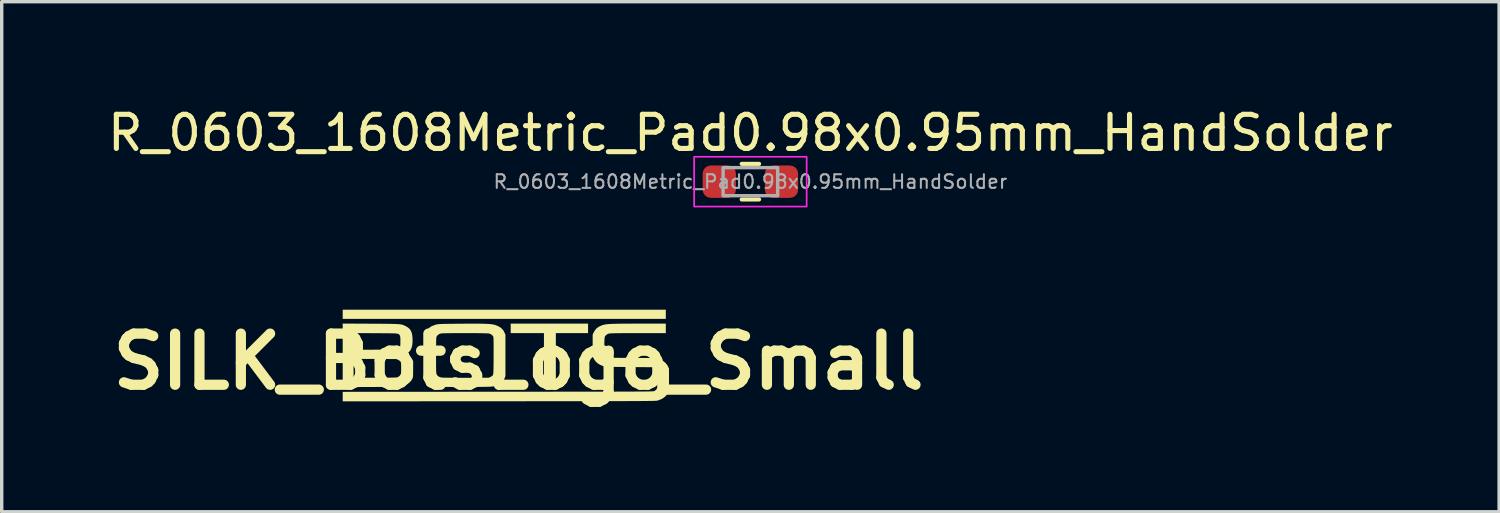
<source format=kicad_pcb>
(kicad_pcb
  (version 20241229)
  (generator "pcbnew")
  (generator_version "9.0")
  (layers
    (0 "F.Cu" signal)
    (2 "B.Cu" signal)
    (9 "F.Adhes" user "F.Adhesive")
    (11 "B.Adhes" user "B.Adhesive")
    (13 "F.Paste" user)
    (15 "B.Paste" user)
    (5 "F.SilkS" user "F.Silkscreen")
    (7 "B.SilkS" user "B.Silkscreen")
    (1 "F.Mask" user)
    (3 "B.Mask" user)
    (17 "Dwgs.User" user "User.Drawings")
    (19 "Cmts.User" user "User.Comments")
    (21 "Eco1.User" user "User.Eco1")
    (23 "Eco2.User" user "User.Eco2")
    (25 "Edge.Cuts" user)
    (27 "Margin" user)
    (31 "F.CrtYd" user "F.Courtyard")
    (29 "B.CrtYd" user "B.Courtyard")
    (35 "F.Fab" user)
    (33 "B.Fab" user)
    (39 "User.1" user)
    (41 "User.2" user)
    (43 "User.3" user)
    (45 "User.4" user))
  (footprint "SILK_BotsLogo_Small"
    (layer "F.Cu")
    (at 12.157 7.556)
    (property "Reference" "SILK_BotsLogo_Small" (at 0 0 0) (layer "F.SilkS") (effects (font (size 1.5 1.5) (thickness 0.3))))
    (attr board_only exclude_from_pos_files exclude_from_bom)
    (fp_poly (pts (xy 4.32 -1.388) (xy 4.32 -1.254) (xy -0.418 -1.254) (xy -5.156 -1.254) (xy -5.156 -1.388) (xy -5.156 -1.523) (xy -0.418 -1.523) (xy 4.32 -1.523)) (stroke (width 0) (type solid)) (fill yes) (layer "F.SilkS"))
    (fp_poly (pts (xy 2.04 -0.975) (xy 2.04 -0.836) (xy 1.568 -0.836) (xy 1.095 -0.836) (xy 1.095 -0.045) (xy 1.095 0.746) (xy 0.921 0.746) (xy 0.746 0.746) (xy 0.746 -0.045) (xy 0.746 -0.836) (xy 0.259 -0.836) (xy -0.229 -0.836) (xy -0.229 -0.975) (xy -0.229 -1.115) (xy 0.906 -1.115) (xy 2.04 -1.115)) (stroke (width 0) (type solid)) (fill yes) (layer "F.SilkS"))
    (fp_poly (pts (xy -4.337 -1.112) (xy -4.184 -1.111) (xy -4.049 -1.111) (xy -3.931 -1.11) (xy -3.829 -1.109) (xy -3.742 -1.107) (xy -3.667 -1.106) (xy -3.604 -1.104) (xy -3.551 -1.101) (xy -3.507 -1.098) (xy -3.47 -1.094) (xy -3.439 -1.089) (xy -3.413 -1.083) (xy -3.389 -1.076) (xy -3.368 -1.068) (xy -3.347 -1.059) (xy -3.325 -1.049) (xy -3.308 -1.04) (xy -3.244 -1.003) (xy -3.195 -0.96) (xy -3.158 -0.908) (xy -3.132 -0.845) (xy -3.116 -0.769) (xy -3.108 -0.676) (xy -3.108 -0.676) (xy -3.108 -0.566) (xy -3.118 -0.472) (xy -3.139 -0.395) (xy -3.171 -0.332) (xy -3.213 -0.284) (xy -3.267 -0.249) (xy -3.279 -0.243) (xy -3.319 -0.227) (xy -3.279 -0.211) (xy -3.212 -0.176) (xy -3.157 -0.129) (xy -3.119 -0.072) (xy -3.118 -0.072) (xy -3.09 -0.015) (xy -3.09 0.219) (xy -3.091 0.294) (xy -3.091 0.352) (xy -3.092 0.395) (xy -3.094 0.428) (xy -3.097 0.452) (xy -3.101 0.471) (xy -3.106 0.487) (xy -3.112 0.5) (xy -3.148 0.558) (xy -3.198 0.613) (xy -3.256 0.658) (xy -3.289 0.677) (xy -3.312 0.688) (xy -3.333 0.697) (xy -3.352 0.706) (xy -3.373 0.713) (xy -3.395 0.719) (xy -3.421 0.724) (xy -3.451 0.728) (xy -3.488 0.732) (xy -3.532 0.735) (xy -3.585 0.737) (xy -3.648 0.739) (xy -3.723 0.74) (xy -3.811 0.741) (xy -3.913 0.742) (xy -4.031 0.743) (xy -4.166 0.743) (xy -4.317 0.744) (xy -5.156 0.747) (xy -5.156 0.194) (xy -4.837 0.194) (xy -4.837 0.467) (xy -4.571 0.471) (xy -4.444 0.472) (xy -4.319 0.473) (xy -4.197 0.473) (xy -4.082 0.473) (xy -3.973 0.473) (xy -3.873 0.472) (xy -3.784 0.47) (xy -3.706 0.469) (xy -3.643 0.467) (xy -3.595 0.464) (xy -3.564 0.461) (xy -3.554 0.46) (xy -3.525 0.445) (xy -3.494 0.423) (xy -3.487 0.417) (xy -3.466 0.391) (xy -3.45 0.358) (xy -3.441 0.317) (xy -3.435 0.263) (xy -3.434 0.193) (xy -3.435 0.157) (xy -3.438 0.095) (xy -3.443 0.05) (xy -3.452 0.017) (xy -3.467 -0.008) (xy -3.49 -0.028) (xy -3.522 -0.046) (xy -3.529 -0.05) (xy -3.578 -0.075) (xy -4.208 -0.078) (xy -4.837 -0.08) (xy -4.837 0.194) (xy -5.156 0.194) (xy -5.156 -0.184) (xy -5.156 -0.592) (xy -4.837 -0.592) (xy -4.837 -0.348) (xy -4.208 -0.35) (xy -4.08 -0.351) (xy -3.97 -0.352) (xy -3.877 -0.352) (xy -3.799 -0.353) (xy -3.736 -0.354) (xy -3.684 -0.355) (xy -3.643 -0.356) (xy -3.611 -0.358) (xy -3.587 -0.36) (xy -3.568 -0.363) (xy -3.554 -0.365) (xy -3.544 -0.369) (xy -3.535 -0.372) (xy -3.51 -0.385) (xy -3.491 -0.4) (xy -3.479 -0.42) (xy -3.47 -0.449) (xy -3.466 -0.49) (xy -3.464 -0.545) (xy -3.464 -0.592) (xy -3.464 -0.66) (xy -3.467 -0.711) (xy -3.473 -0.749) (xy -3.484 -0.775) (xy -3.499 -0.794) (xy -3.52 -0.809) (xy -3.531 -0.814) (xy -3.541 -0.818) (xy -3.553 -0.821) (xy -3.569 -0.823) (xy -3.592 -0.825) (xy -3.622 -0.827) (xy -3.661 -0.829) (xy -3.711 -0.83) (xy -3.772 -0.831) (xy -3.848 -0.832) (xy -3.938 -0.832) (xy -4.045 -0.833) (xy -4.17 -0.834) (xy -4.203 -0.834) (xy -4.837 -0.837) (xy -4.837 -0.592) (xy -5.156 -0.592) (xy -5.156 -1.116)) (stroke (width 0) (type solid)) (fill yes) (layer "F.SilkS"))
    (fp_poly (pts (xy -1.257 -1.113) (xy -1.153 -1.113) (xy -1.062 -1.112) (xy -0.985 -1.11) (xy -0.919 -1.107) (xy -0.863 -1.104) (xy -0.815 -1.099) (xy -0.774 -1.094) (xy -0.738 -1.088) (xy -0.707 -1.081) (xy -0.678 -1.072) (xy -0.67 -1.07) (xy -0.589 -1.037) (xy -0.524 -0.997) (xy -0.471 -0.947) (xy -0.429 -0.885) (xy -0.41 -0.848) (xy -0.383 -0.791) (xy -0.383 -0.184) (xy -0.383 0.423) (xy -0.406 0.48) (xy -0.442 0.545) (xy -0.493 0.605) (xy -0.554 0.654) (xy -0.59 0.675) (xy -0.613 0.687) (xy -0.635 0.697) (xy -0.656 0.706) (xy -0.677 0.713) (xy -0.7 0.72) (xy -0.727 0.725) (xy -0.76 0.729) (xy -0.798 0.733) (xy -0.845 0.736) (xy -0.901 0.738) (xy -0.968 0.739) (xy -1.047 0.74) (xy -1.14 0.741) (xy -1.249 0.742) (xy -1.374 0.742) (xy -1.517 0.743) (xy -1.543 0.743) (xy -1.689 0.743) (xy -1.817 0.743) (xy -1.928 0.743) (xy -2.024 0.743) (xy -2.104 0.743) (xy -2.172 0.742) (xy -2.228 0.741) (xy -2.274 0.74) (xy -2.311 0.738) (xy -2.34 0.736) (xy -2.364 0.734) (xy -2.382 0.731) (xy -2.384 0.731) (xy -2.475 0.707) (xy -2.557 0.672) (xy -2.626 0.626) (xy -2.681 0.572) (xy -2.71 0.53) (xy -2.722 0.508) (xy -2.732 0.487) (xy -2.74 0.465) (xy -2.747 0.442) (xy -2.753 0.414) (xy -2.757 0.381) (xy -2.761 0.34) (xy -2.763 0.29) (xy -2.765 0.229) (xy -2.766 0.155) (xy -2.767 0.067) (xy -2.767 -0.037) (xy -2.767 -0.16) (xy -2.767 -0.174) (xy -2.418 -0.174) (xy -2.418 -0.06) (xy -2.418 0.036) (xy -2.418 0.116) (xy -2.417 0.18) (xy -2.416 0.232) (xy -2.415 0.273) (xy -2.413 0.304) (xy -2.411 0.328) (xy -2.409 0.345) (xy -2.406 0.359) (xy -2.402 0.369) (xy -2.4 0.374) (xy -2.371 0.416) (xy -2.327 0.446) (xy -2.268 0.464) (xy -2.247 0.467) (xy -2.227 0.469) (xy -2.188 0.47) (xy -2.133 0.471) (xy -2.064 0.472) (xy -1.982 0.473) (xy -1.889 0.474) (xy -1.788 0.474) (xy -1.68 0.474) (xy -1.567 0.474) (xy -1.528 0.474) (xy -0.871 0.473) (xy -0.822 0.448) (xy -0.803 0.439) (xy -0.786 0.43) (xy -0.773 0.422) (xy -0.762 0.411) (xy -0.753 0.397) (xy -0.746 0.377) (xy -0.74 0.351) (xy -0.736 0.315) (xy -0.734 0.27) (xy -0.732 0.213) (xy -0.731 0.142) (xy -0.73 0.057) (xy -0.729 -0.045) (xy -0.729 -0.166) (xy -0.729 -0.167) (xy -0.728 -0.297) (xy -0.728 -0.407) (xy -0.728 -0.5) (xy -0.729 -0.575) (xy -0.73 -0.635) (xy -0.732 -0.679) (xy -0.734 -0.709) (xy -0.737 -0.726) (xy -0.737 -0.729) (xy -0.763 -0.767) (xy -0.803 -0.8) (xy -0.852 -0.822) (xy -0.866 -0.825) (xy -0.886 -0.827) (xy -0.924 -0.829) (xy -0.978 -0.831) (xy -1.046 -0.832) (xy -1.125 -0.834) (xy -1.213 -0.835) (xy -1.309 -0.836) (xy -1.411 -0.836) (xy -1.515 -0.836) (xy -1.621 -0.836) (xy -1.725 -0.836) (xy -1.827 -0.836) (xy -1.923 -0.835) (xy -2.012 -0.834) (xy -2.092 -0.833) (xy -2.16 -0.832) (xy -2.215 -0.83) (xy -2.255 -0.828) (xy -2.276 -0.826) (xy -2.277 -0.826) (xy -2.327 -0.808) (xy -2.369 -0.778) (xy -2.399 -0.741) (xy -2.408 -0.719) (xy -2.411 -0.699) (xy -2.413 -0.661) (xy -2.415 -0.605) (xy -2.416 -0.532) (xy -2.417 -0.443) (xy -2.418 -0.339) (xy -2.418 -0.221) (xy -2.418 -0.174) (xy -2.767 -0.174) (xy -2.767 -0.176) (xy -2.767 -0.32) (xy -2.766 -0.444) (xy -2.765 -0.548) (xy -2.763 -0.633) (xy -2.761 -0.698) (xy -2.759 -0.743) (xy -2.756 -0.768) (xy -2.756 -0.768) (xy -2.729 -0.853) (xy -2.686 -0.926) (xy -2.626 -0.987) (xy -2.551 -1.037) (xy -2.46 -1.074) (xy -2.399 -1.091) (xy -2.382 -1.094) (xy -2.362 -1.097) (xy -2.338 -1.1) (xy -2.308 -1.102) (xy -2.27 -1.104) (xy -2.224 -1.105) (xy -2.167 -1.107) (xy -2.098 -1.108) (xy -2.015 -1.109) (xy -1.917 -1.11) (xy -1.802 -1.111) (xy -1.669 -1.112) (xy -1.669 -1.112) (xy -1.514 -1.113) (xy -1.377 -1.113)) (stroke (width 0) (type solid)) (fill yes) (layer "F.SilkS"))
    (fp_poly (pts (xy 4.32 -0.975) (xy 4.32 -0.836) (xy 3.514 -0.836) (xy 3.341 -0.836) (xy 3.189 -0.836) (xy 3.055 -0.835) (xy 2.941 -0.834) (xy 2.847 -0.833) (xy 2.771 -0.831) (xy 2.714 -0.829) (xy 2.676 -0.827) (xy 2.658 -0.825) (xy 2.604 -0.805) (xy 2.561 -0.773) (xy 2.532 -0.731) (xy 2.532 -0.73) (xy 2.527 -0.707) (xy 2.523 -0.669) (xy 2.52 -0.618) (xy 2.518 -0.558) (xy 2.517 -0.494) (xy 2.517 -0.428) (xy 2.519 -0.365) (xy 2.521 -0.308) (xy 2.524 -0.261) (xy 2.528 -0.228) (xy 2.532 -0.216) (xy 2.56 -0.173) (xy 2.602 -0.141) (xy 2.656 -0.121) (xy 2.658 -0.12) (xy 2.681 -0.118) (xy 2.723 -0.115) (xy 2.786 -0.114) (xy 2.867 -0.112) (xy 2.968 -0.111) (xy 3.088 -0.11) (xy 3.227 -0.11) (xy 3.323 -0.109) (xy 3.461 -0.109) (xy 3.58 -0.109) (xy 3.683 -0.109) (xy 3.77 -0.107) (xy 3.845 -0.106) (xy 3.907 -0.104) (xy 3.96 -0.101) (xy 4.004 -0.097) (xy 4.042 -0.092) (xy 4.074 -0.086) (xy 4.103 -0.079) (xy 4.13 -0.07) (xy 4.158 -0.061) (xy 4.176 -0.053) (xy 4.247 -0.015) (xy 4.31 0.037) (xy 4.361 0.099) (xy 4.385 0.142) (xy 4.414 0.204) (xy 4.414 0.528) (xy 4.414 0.851) (xy 4.382 0.917) (xy 4.336 0.989) (xy 4.273 1.049) (xy 4.195 1.098) (xy 4.101 1.135) (xy 4.078 1.142) (xy 4.073 1.143) (xy 4.065 1.145) (xy 4.056 1.146) (xy 4.043 1.147) (xy 4.028 1.148) (xy 4.009 1.149) (xy 3.985 1.15) (xy 3.956 1.151) (xy 3.922 1.152) (xy 3.882 1.153) (xy 3.836 1.153) (xy 3.782 1.154) (xy 3.721 1.155) (xy 3.651 1.155) (xy 3.573 1.156) (xy 3.486 1.156) (xy 3.389 1.157) (xy 3.282 1.157) (xy 3.164 1.158) (xy 3.034 1.158) (xy 2.893 1.158) (xy 2.739 1.159) (xy 2.572 1.159) (xy 2.392 1.159) (xy 2.197 1.16) (xy 1.988 1.16) (xy 1.764 1.16) (xy 1.524 1.16) (xy 1.268 1.161) (xy 0.995 1.161) (xy 0.705 1.161) (xy 0.397 1.161) (xy 0.071 1.162) (xy -0.275 1.162) (xy -0.57 1.162) (xy -5.156 1.165) (xy -5.156 1.025) (xy -5.156 0.886) (xy -0.605 0.883) (xy -0.246 0.883) (xy 0.094 0.883) (xy 0.414 0.883) (xy 0.716 0.883) (xy 1.001 0.882) (xy 1.268 0.882) (xy 1.519 0.882) (xy 1.754 0.882) (xy 1.973 0.882) (xy 2.177 0.881) (xy 2.366 0.881) (xy 2.542 0.881) (xy 2.704 0.881) (xy 2.854 0.88) (xy 2.991 0.88) (xy 3.116 0.88) (xy 3.23 0.879) (xy 3.333 0.879) (xy 3.426 0.878) (xy 3.51 0.878) (xy 3.584 0.877) (xy 3.65 0.877) (xy 3.708 0.876) (xy 3.759 0.875) (xy 3.803 0.875) (xy 3.84 0.874) (xy 3.872 0.873) (xy 3.898 0.872) (xy 3.919 0.871) (xy 3.937 0.87) (xy 3.95 0.869) (xy 3.961 0.868) (xy 3.969 0.867) (xy 3.975 0.865) (xy 3.98 0.864) (xy 3.983 0.862) (xy 3.986 0.861) (xy 4.017 0.84) (xy 4.044 0.813) (xy 4.048 0.807) (xy 4.055 0.796) (xy 4.061 0.784) (xy 4.065 0.769) (xy 4.067 0.749) (xy 4.069 0.72) (xy 4.07 0.68) (xy 4.071 0.626) (xy 4.071 0.556) (xy 4.071 0.528) (xy 4.071 0.451) (xy 4.07 0.392) (xy 4.07 0.347) (xy 4.068 0.315) (xy 4.066 0.292) (xy 4.062 0.275) (xy 4.057 0.263) (xy 4.051 0.252) (xy 4.048 0.248) (xy 4.025 0.223) (xy 3.992 0.198) (xy 3.976 0.189) (xy 3.926 0.164) (xy 3.24 0.159) (xy 3.104 0.157) (xy 2.988 0.156) (xy 2.888 0.155) (xy 2.803 0.154) (xy 2.733 0.153) (xy 2.674 0.151) (xy 2.627 0.15) (xy 2.589 0.148) (xy 2.56 0.146) (xy 2.536 0.144) (xy 2.518 0.141) (xy 2.503 0.138) (xy 2.494 0.135) (xy 2.399 0.099) (xy 2.32 0.05) (xy 2.256 -0.012) (xy 2.207 -0.085) (xy 2.201 -0.097) (xy 2.175 -0.154) (xy 2.175 -0.473) (xy 2.175 -0.791) (xy 2.201 -0.848) (xy 2.241 -0.918) (xy 2.288 -0.974) (xy 2.347 -1.018) (xy 2.42 -1.054) (xy 2.461 -1.07) (xy 2.486 -1.077) (xy 2.512 -1.084) (xy 2.541 -1.09) (xy 2.574 -1.095) (xy 2.613 -1.099) (xy 2.659 -1.103) (xy 2.714 -1.106) (xy 2.778 -1.108) (xy 2.853 -1.11) (xy 2.94 -1.112) (xy 3.041 -1.113) (xy 3.157 -1.114) (xy 3.289 -1.114) (xy 3.439 -1.115) (xy 3.546 -1.115) (xy 4.32 -1.115)) (stroke (width 0) (type solid)) (fill yes) (layer "F.SilkS")))
  (footprint "R_0603_1608Metric_Pad0.98x0.95mm_HandSolder"
    (layer "F.Cu")
    (at 18.958 2.278)
    (property "Reference" "R_0603_1608Metric_Pad0.98x0.95mm_HandSolder" (at 0 -1.43 0) (layer "F.SilkS") (effects (font (size 1 1) (thickness 0.15))))
    (attr smd)
    (fp_line (start -0.255 -0.522) (end 0.255 -0.522) (stroke (width 0.12) (type solid)) (layer "F.SilkS"))
    (fp_line (start -0.255 0.522) (end 0.255 0.522) (stroke (width 0.12) (type solid)) (layer "F.SilkS"))
    (fp_rect (start -1.65 -0.73) (end 1.65 0.73) (stroke (width 0.05) (type solid)) (fill no) (layer "F.CrtYd"))
    (fp_rect (start -0.8 -0.412) (end 0.8 0.412) (stroke (width 0.1) (type solid)) (fill no) (layer "F.Fab"))
    (fp_text user "${REFERENCE}" (at 0 0 0) (layer "F.Fab") (effects (font (size 0.4 0.4) (thickness 0.06))))
    (pad "1" smd roundrect (at -0.912 0) (size 0.975 0.95) (layers "F.Cu" "F.Mask" "F.Paste") (roundrect_rratio 0.25))
    (pad "2" smd roundrect (at 0.912 0) (size 0.975 0.95) (layers "F.Cu" "F.Mask" "F.Paste") (roundrect_rratio 0.25)))
  (gr_rect
    (start -3 -3)
    (end 40.917 11.96)
    (stroke (width 0.1) (type default))
    (fill no)
    (layer "Edge.Cuts")))
</source>
